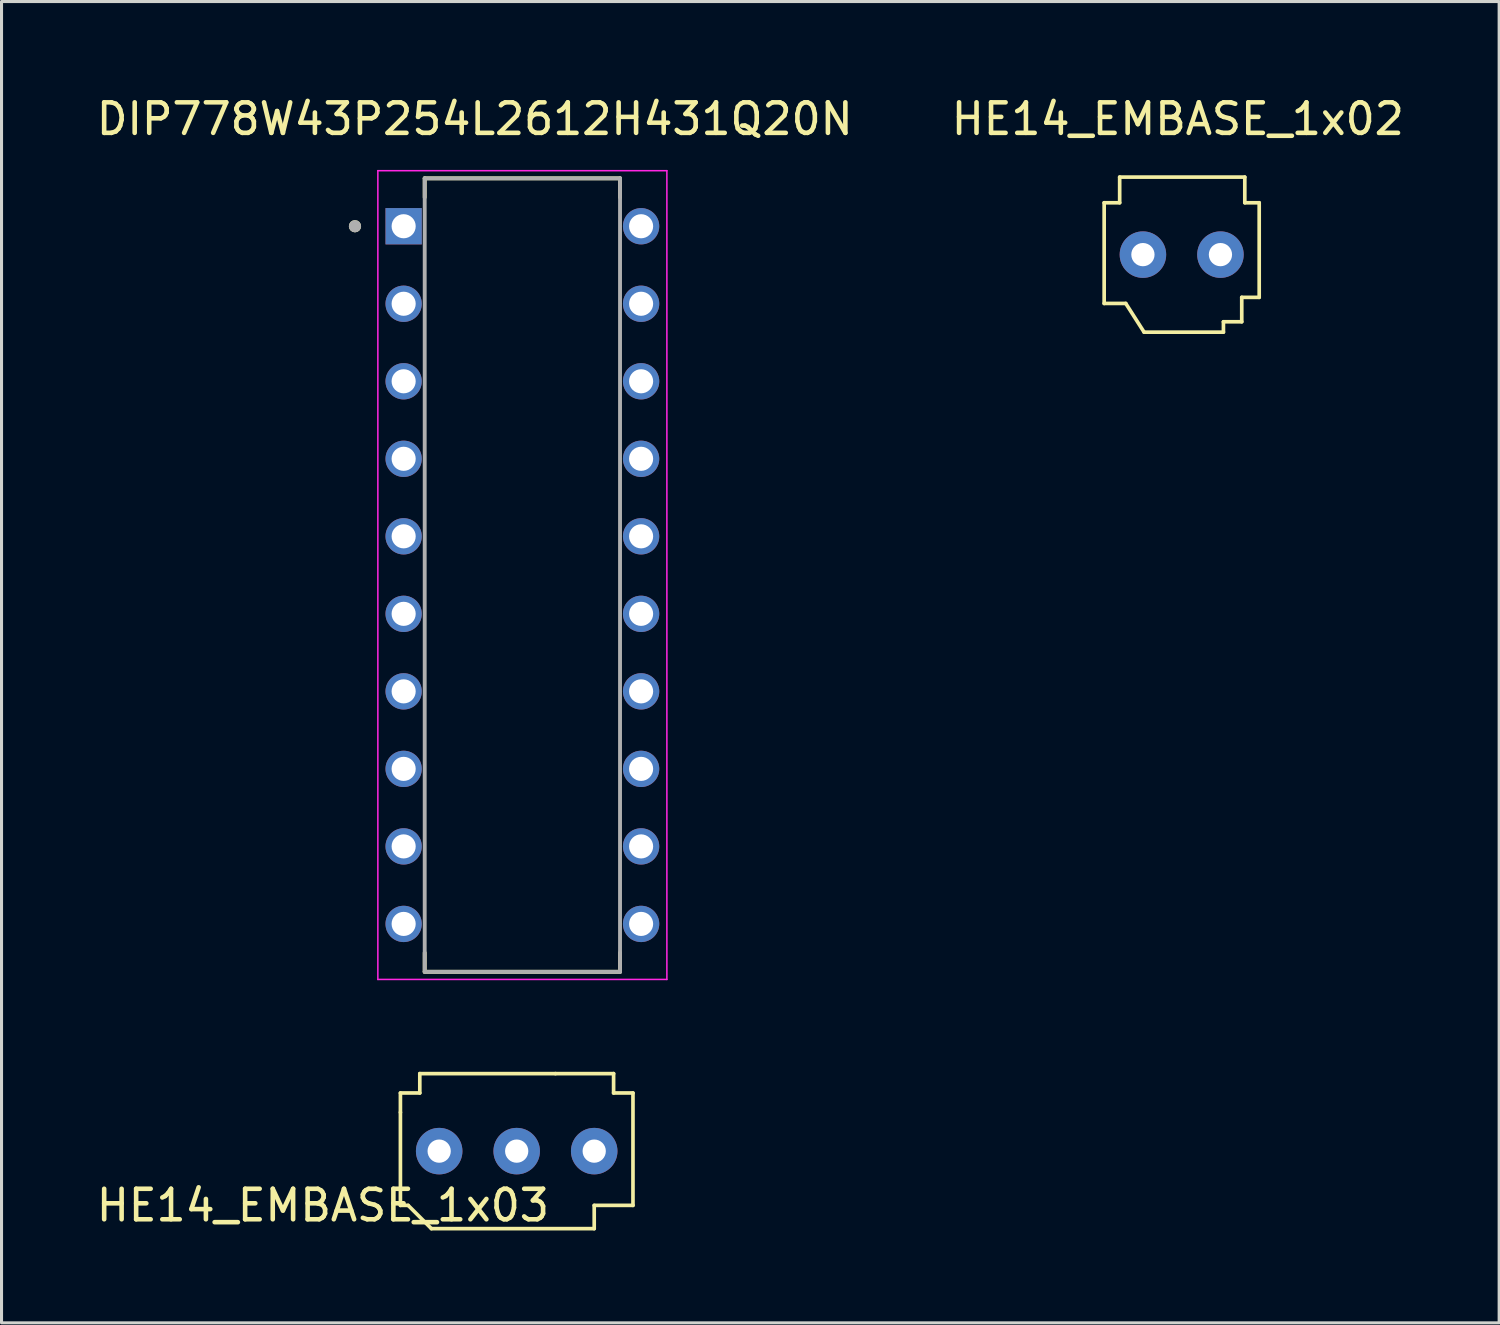
<source format=kicad_pcb>
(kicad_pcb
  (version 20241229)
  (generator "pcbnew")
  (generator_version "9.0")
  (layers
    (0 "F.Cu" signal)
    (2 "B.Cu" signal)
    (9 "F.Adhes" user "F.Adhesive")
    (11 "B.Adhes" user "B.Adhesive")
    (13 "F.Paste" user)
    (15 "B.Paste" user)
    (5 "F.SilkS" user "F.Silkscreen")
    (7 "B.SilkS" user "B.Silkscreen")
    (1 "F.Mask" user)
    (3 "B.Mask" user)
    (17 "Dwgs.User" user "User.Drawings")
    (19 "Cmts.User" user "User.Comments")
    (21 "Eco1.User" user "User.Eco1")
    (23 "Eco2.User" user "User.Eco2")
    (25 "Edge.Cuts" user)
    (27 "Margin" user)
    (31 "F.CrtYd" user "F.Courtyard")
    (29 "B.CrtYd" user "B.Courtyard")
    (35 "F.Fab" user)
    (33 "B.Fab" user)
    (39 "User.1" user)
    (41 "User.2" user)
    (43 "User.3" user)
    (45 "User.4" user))
  (footprint "HE14_EMBASE_1x02"
    (layer "F.Cu")
    (at 33.637 5.293)
    (property "Reference" "HE14_EMBASE_1x02" (at 1.905 -4.445 0) (unlocked yes) (layer "F.SilkS") (effects (font (size 1 1) (thickness 0.15))))
    (attr through_hole)
    (fp_line (start -0.508 -1.7) (end -0.508 1.6) (stroke (width 0.12) (type solid)) (layer "F.SilkS"))
    (fp_line (start -0.508 1.6) (end 0.2 1.6) (stroke (width 0.12) (type solid)) (layer "F.SilkS"))
    (fp_line (start 0 -1.7) (end -0.508 -1.7) (stroke (width 0.12) (type solid)) (layer "F.SilkS"))
    (fp_line (start 0 -1.7) (end 0 -2.54) (stroke (width 0.12) (type solid)) (layer "F.SilkS"))
    (fp_line (start 0.2 1.6) (end 0.8 2.54) (stroke (width 0.12) (type solid)) (layer "F.SilkS"))
    (fp_line (start 0.8 2.54) (end 3.4 2.54) (stroke (width 0.12) (type solid)) (layer "F.SilkS"))
    (fp_line (start 3.4 2.2) (end 3.4 2.54) (stroke (width 0.12) (type solid)) (layer "F.SilkS"))
    (fp_line (start 4 1.4) (end 4 2.2) (stroke (width 0.12) (type solid)) (layer "F.SilkS"))
    (fp_line (start 4 2.2) (end 3.4 2.2) (stroke (width 0.12) (type solid)) (layer "F.SilkS"))
    (fp_line (start 4.1 -2.54) (end 0 -2.54) (stroke (width 0.12) (type solid)) (layer "F.SilkS"))
    (fp_line (start 4.1 -2.54) (end 4.1 -1.7) (stroke (width 0.12) (type solid)) (layer "F.SilkS"))
    (fp_line (start 4.1 -1.7) (end 4.572 -1.7) (stroke (width 0.12) (type solid)) (layer "F.SilkS"))
    (fp_line (start 4.572 1.4) (end 4 1.4) (stroke (width 0.12) (type solid)) (layer "F.SilkS"))
    (fp_line (start 4.572 1.4) (end 4.572 -1.7) (stroke (width 0.12) (type solid)) (layer "F.SilkS"))
    (pad "1" thru_hole circle (at 0.762 0) (size 1.524 1.524) (drill 0.762) (layers "*.Cu" "*.Mask"))
    (pad "2" thru_hole circle (at 3.302 0) (size 1.524 1.524) (drill 0.762) (layers "*.Cu" "*.Mask")))
  (footprint "HE14_EMBASE_1x03"
    (layer "F.Cu")
    (at 11.34 34.668)
    (property "Reference" "HE14_EMBASE_1x03" (at -3.81 1.778 0) (unlocked yes) (layer "F.SilkS") (effects (font (size 1 1) (thickness 0.15))))
    (attr through_hole)
    (fp_line (start -1.27 -1.905) (end -1.27 -1.27) (stroke (width 0.12) (type solid)) (layer "F.SilkS"))
    (fp_line (start -1.27 -1.905) (end -0.635 -1.905) (stroke (width 0.12) (type solid)) (layer "F.SilkS"))
    (fp_line (start -1.27 -1.27) (end -1.27 1.778) (stroke (width 0.12) (type solid)) (layer "F.SilkS"))
    (fp_line (start -1.27 1.778) (end -1.016 1.778) (stroke (width 0.12) (type solid)) (layer "F.SilkS"))
    (fp_line (start -1.016 1.778) (end -0.254 2.54) (stroke (width 0.12) (type solid)) (layer "F.SilkS"))
    (fp_line (start -0.635 -2.54) (end -0.635 -1.905) (stroke (width 0.12) (type solid)) (layer "F.SilkS"))
    (fp_line (start -0.254 2.54) (end 5.08 2.54) (stroke (width 0.12) (type solid)) (layer "F.SilkS"))
    (fp_line (start 3.81 -2.54) (end -0.635 -2.54) (stroke (width 0.12) (type solid)) (layer "F.SilkS"))
    (fp_line (start 3.81 -2.54) (end 5.715 -2.54) (stroke (width 0.12) (type solid)) (layer "F.SilkS"))
    (fp_line (start 5.08 1.778) (end 5.08 2.54) (stroke (width 0.12) (type solid)) (layer "F.SilkS"))
    (fp_line (start 5.715 -1.905) (end 5.715 -2.54) (stroke (width 0.12) (type solid)) (layer "F.SilkS"))
    (fp_line (start 5.715 -1.905) (end 6.35 -1.905) (stroke (width 0.12) (type solid)) (layer "F.SilkS"))
    (fp_line (start 6.35 1.778) (end 5.08 1.778) (stroke (width 0.12) (type solid)) (layer "F.SilkS"))
    (fp_line (start 6.35 1.778) (end 6.35 -1.905) (stroke (width 0.12) (type solid)) (layer "F.SilkS"))
    (pad "1" thru_hole circle (at 0 0) (size 1.524 1.524) (drill 0.762) (layers "*.Cu" "*.Mask"))
    (pad "2" thru_hole circle (at 2.54 0) (size 1.524 1.524) (drill 0.762) (layers "*.Cu" "*.Mask"))
    (pad "3" thru_hole circle (at 5.08 0) (size 1.524 1.524) (drill 0.762) (layers "*.Cu" "*.Mask")))
  (footprint "DIP778W43P254L2612H431Q20N"
    (layer "F.Cu")
    (at 14.066 15.793)
    (property "Reference" "DIP778W43P254L2612H431Q20N" (at -1.56 -14.945 0) (layer "F.SilkS") (effects (font (size 1 1) (thickness 0.15))))
    (attr through_hole)
    (fp_line (start -3.2 -13) (end 3.2 -13) (stroke (width 0.127) (type solid)) (layer "F.SilkS"))
    (fp_line (start -3.2 -12.375) (end -3.2 -13) (stroke (width 0.127) (type solid)) (layer "F.SilkS"))
    (fp_line (start -3.2 13) (end -3.2 12.375) (stroke (width 0.127) (type solid)) (layer "F.SilkS"))
    (fp_line (start 3.2 -13) (end 3.2 -12.375) (stroke (width 0.127) (type solid)) (layer "F.SilkS"))
    (fp_line (start 3.2 13) (end -3.2 13) (stroke (width 0.127) (type solid)) (layer "F.SilkS"))
    (fp_line (start 3.2 13) (end 3.2 12.375) (stroke (width 0.127) (type solid)) (layer "F.SilkS"))
    (fp_circle (center -5.485 -11.43) (end -5.385 -11.43) (stroke (width 0.2) (type solid)) (fill no) (layer "F.SilkS"))
    (fp_line (start -4.735 -13.25) (end -4.735 13.25) (stroke (width 0.05) (type solid)) (layer "F.CrtYd"))
    (fp_line (start -4.735 13.25) (end 4.735 13.25) (stroke (width 0.05) (type solid)) (layer "F.CrtYd"))
    (fp_line (start 4.735 -13.25) (end -4.735 -13.25) (stroke (width 0.05) (type solid)) (layer "F.CrtYd"))
    (fp_line (start 4.735 13.25) (end 4.735 -13.25) (stroke (width 0.05) (type solid)) (layer "F.CrtYd"))
    (fp_line (start -3.2 -13) (end 3.2 -13) (stroke (width 0.127) (type solid)) (layer "F.Fab"))
    (fp_line (start -3.2 13) (end -3.2 -13) (stroke (width 0.127) (type solid)) (layer "F.Fab"))
    (fp_line (start 3.2 -13) (end 3.2 13) (stroke (width 0.127) (type solid)) (layer "F.Fab"))
    (fp_line (start 3.2 13) (end -3.2 13) (stroke (width 0.127) (type solid)) (layer "F.Fab"))
    (fp_circle (center -5.485 -11.43) (end -5.385 -11.43) (stroke (width 0.2) (type solid)) (fill no) (layer "F.Fab"))
    (pad "1" thru_hole rect (at -3.89 -11.43) (size 1.19 1.19) (drill 0.79) (layers "*.Cu" "*.Mask"))
    (pad "2" thru_hole circle (at -3.89 -8.89) (size 1.19 1.19) (drill 0.79) (layers "*.Cu" "*.Mask"))
    (pad "3" thru_hole circle (at -3.89 -6.35) (size 1.19 1.19) (drill 0.79) (layers "*.Cu" "*.Mask"))
    (pad "4" thru_hole circle (at -3.89 -3.81) (size 1.19 1.19) (drill 0.79) (layers "*.Cu" "*.Mask"))
    (pad "5" thru_hole circle (at -3.89 -1.27) (size 1.19 1.19) (drill 0.79) (layers "*.Cu" "*.Mask"))
    (pad "6" thru_hole circle (at -3.89 1.27) (size 1.19 1.19) (drill 0.79) (layers "*.Cu" "*.Mask"))
    (pad "7" thru_hole circle (at -3.89 3.81) (size 1.19 1.19) (drill 0.79) (layers "*.Cu" "*.Mask"))
    (pad "8" thru_hole circle (at -3.89 6.35) (size 1.19 1.19) (drill 0.79) (layers "*.Cu" "*.Mask"))
    (pad "9" thru_hole circle (at -3.89 8.89) (size 1.19 1.19) (drill 0.79) (layers "*.Cu" "*.Mask"))
    (pad "10" thru_hole circle (at -3.89 11.43) (size 1.19 1.19) (drill 0.79) (layers "*.Cu" "*.Mask"))
    (pad "11" thru_hole circle (at 3.89 11.43) (size 1.19 1.19) (drill 0.79) (layers "*.Cu" "*.Mask"))
    (pad "12" thru_hole circle (at 3.89 8.89) (size 1.19 1.19) (drill 0.79) (layers "*.Cu" "*.Mask"))
    (pad "13" thru_hole circle (at 3.89 6.35) (size 1.19 1.19) (drill 0.79) (layers "*.Cu" "*.Mask"))
    (pad "14" thru_hole circle (at 3.89 3.81) (size 1.19 1.19) (drill 0.79) (layers "*.Cu" "*.Mask"))
    (pad "15" thru_hole circle (at 3.89 1.27) (size 1.19 1.19) (drill 0.79) (layers "*.Cu" "*.Mask"))
    (pad "16" thru_hole circle (at 3.89 -1.27) (size 1.19 1.19) (drill 0.79) (layers "*.Cu" "*.Mask"))
    (pad "17" thru_hole circle (at 3.89 -3.81) (size 1.19 1.19) (drill 0.79) (layers "*.Cu" "*.Mask"))
    (pad "18" thru_hole circle (at 3.89 -6.35) (size 1.19 1.19) (drill 0.79) (layers "*.Cu" "*.Mask"))
    (pad "19" thru_hole circle (at 3.89 -8.89) (size 1.19 1.19) (drill 0.79) (layers "*.Cu" "*.Mask"))
    (pad "20" thru_hole circle (at 3.89 -11.43) (size 1.19 1.19) (drill 0.79) (layers "*.Cu" "*.Mask")))
  (gr_rect
    (start -3 -3)
    (end 46.071 40.294)
    (stroke (width 0.1) (type default))
    (fill no)
    (layer "Edge.Cuts")))
</source>
